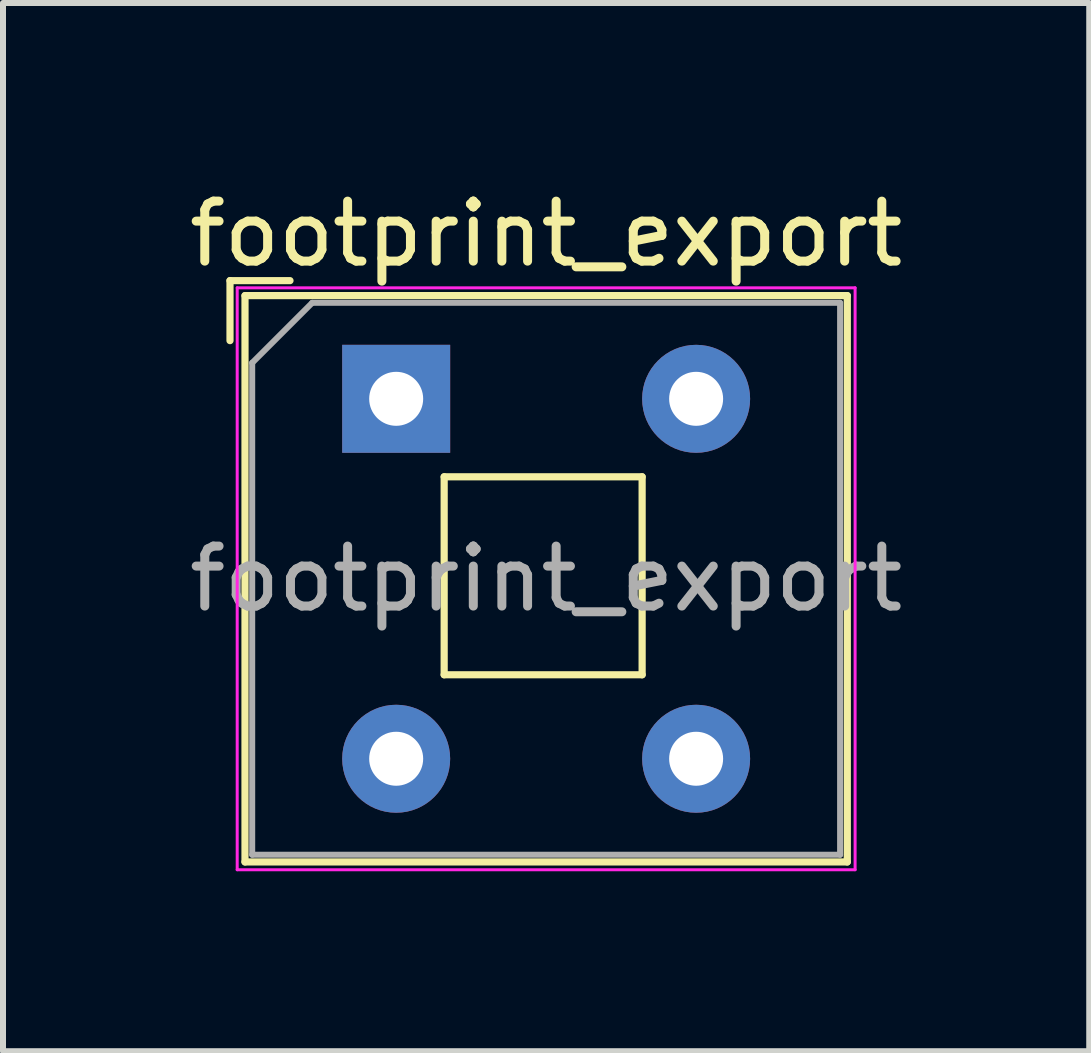
<source format=kicad_pcb>
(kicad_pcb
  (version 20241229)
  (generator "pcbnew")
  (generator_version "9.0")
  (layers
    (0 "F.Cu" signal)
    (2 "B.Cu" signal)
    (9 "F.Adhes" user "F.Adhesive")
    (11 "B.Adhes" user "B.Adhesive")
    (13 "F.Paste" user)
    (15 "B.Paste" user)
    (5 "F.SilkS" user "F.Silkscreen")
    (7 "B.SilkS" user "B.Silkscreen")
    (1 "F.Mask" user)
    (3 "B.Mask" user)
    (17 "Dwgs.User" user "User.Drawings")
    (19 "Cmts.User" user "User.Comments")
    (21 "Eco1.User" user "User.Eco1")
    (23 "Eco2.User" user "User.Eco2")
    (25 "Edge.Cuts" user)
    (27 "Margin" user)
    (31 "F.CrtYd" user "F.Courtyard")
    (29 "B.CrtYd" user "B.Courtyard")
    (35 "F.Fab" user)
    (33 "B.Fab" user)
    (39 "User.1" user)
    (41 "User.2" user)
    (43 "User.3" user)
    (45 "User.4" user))
  (footprint "footprint_export"
    (layer "F.Cu")
    (at 3.554 3.598)
    (property "Reference" "footprint_export" (at 2.5 -2.75 0) (layer "F.SilkS") (effects (font (size 1 1) (thickness 0.15))))
    (attr through_hole)
    (fp_line (start -2.77 -0.97) (end -2.77 -1.97) (stroke (width 0.12) (type solid)) (layer "F.SilkS"))
    (fp_line (start -2.52 7.72) (end -2.52 -1.72) (stroke (width 0.12) (type solid)) (layer "F.SilkS"))
    (fp_line (start -1.77 -1.97) (end -2.77 -1.97) (stroke (width 0.12) (type solid)) (layer "F.SilkS"))
    (fp_line (start 0.8 1.3) (end 0.8 4.6) (stroke (width 0.12) (type solid)) (layer "F.SilkS"))
    (fp_line (start 4.1 1.3) (end 0.8 1.3) (stroke (width 0.12) (type solid)) (layer "F.SilkS"))
    (fp_line (start 4.1 1.3) (end 4.1 4.6) (stroke (width 0.12) (type solid)) (layer "F.SilkS"))
    (fp_line (start 4.1 4.6) (end 0.8 4.6) (stroke (width 0.12) (type solid)) (layer "F.SilkS"))
    (fp_line (start 7.52 -1.72) (end -2.52 -1.72) (stroke (width 0.12) (type solid)) (layer "F.SilkS"))
    (fp_line (start 7.52 7.72) (end -2.52 7.72) (stroke (width 0.12) (type solid)) (layer "F.SilkS"))
    (fp_line (start 7.52 7.72) (end 7.52 -1.72) (stroke (width 0.12) (type solid)) (layer "F.SilkS"))
    (fp_line (start -2.65 -1.85) (end 7.65 -1.85) (stroke (width 0.05) (type solid)) (layer "F.CrtYd"))
    (fp_line (start -2.65 7.85) (end -2.65 -1.85) (stroke (width 0.05) (type solid)) (layer "F.CrtYd"))
    (fp_line (start -2.65 7.85) (end 7.65 7.85) (stroke (width 0.05) (type solid)) (layer "F.CrtYd"))
    (fp_line (start 7.65 -1.85) (end 7.65 7.85) (stroke (width 0.05) (type solid)) (layer "F.CrtYd"))
    (fp_line (start -2.4 -0.6) (end -1.4 -1.6) (stroke (width 0.1) (type solid)) (layer "F.Fab"))
    (fp_line (start -2.4 7.6) (end -2.4 -0.6) (stroke (width 0.1) (type solid)) (layer "F.Fab"))
    (fp_line (start -1.4 -1.6) (end 7.4 -1.6) (stroke (width 0.1) (type solid)) (layer "F.Fab"))
    (fp_line (start 7.4 -1.6) (end 7.4 7.6) (stroke (width 0.1) (type solid)) (layer "F.Fab"))
    (fp_line (start 7.4 7.6) (end -2.4 7.6) (stroke (width 0.1) (type solid)) (layer "F.Fab"))
    (fp_text user "${REFERENCE}" (at 2.5 3 0) (layer "F.Fab") (effects (font (size 1 1) (thickness 0.15))))
    (pad "1" thru_hole rect (at 0 0) (size 1.8 1.8) (drill 0.9) (layers "*.Cu" "*.Mask"))
    (pad "2" thru_hole circle (at 5 0) (size 1.8 1.8) (drill 0.9) (layers "*.Cu" "*.Mask"))
    (pad "3" thru_hole circle (at 0 6) (size 1.8 1.8) (drill 0.9) (layers "*.Cu" "*.Mask"))
    (pad "4" thru_hole circle (at 5 6) (size 1.8 1.8) (drill 0.9) (layers "*.Cu" "*.Mask")))
  (gr_rect
    (start -3 -3)
    (end 15.107 14.473)
    (stroke (width 0.1) (type default))
    (fill no)
    (layer "Edge.Cuts")))
</source>
